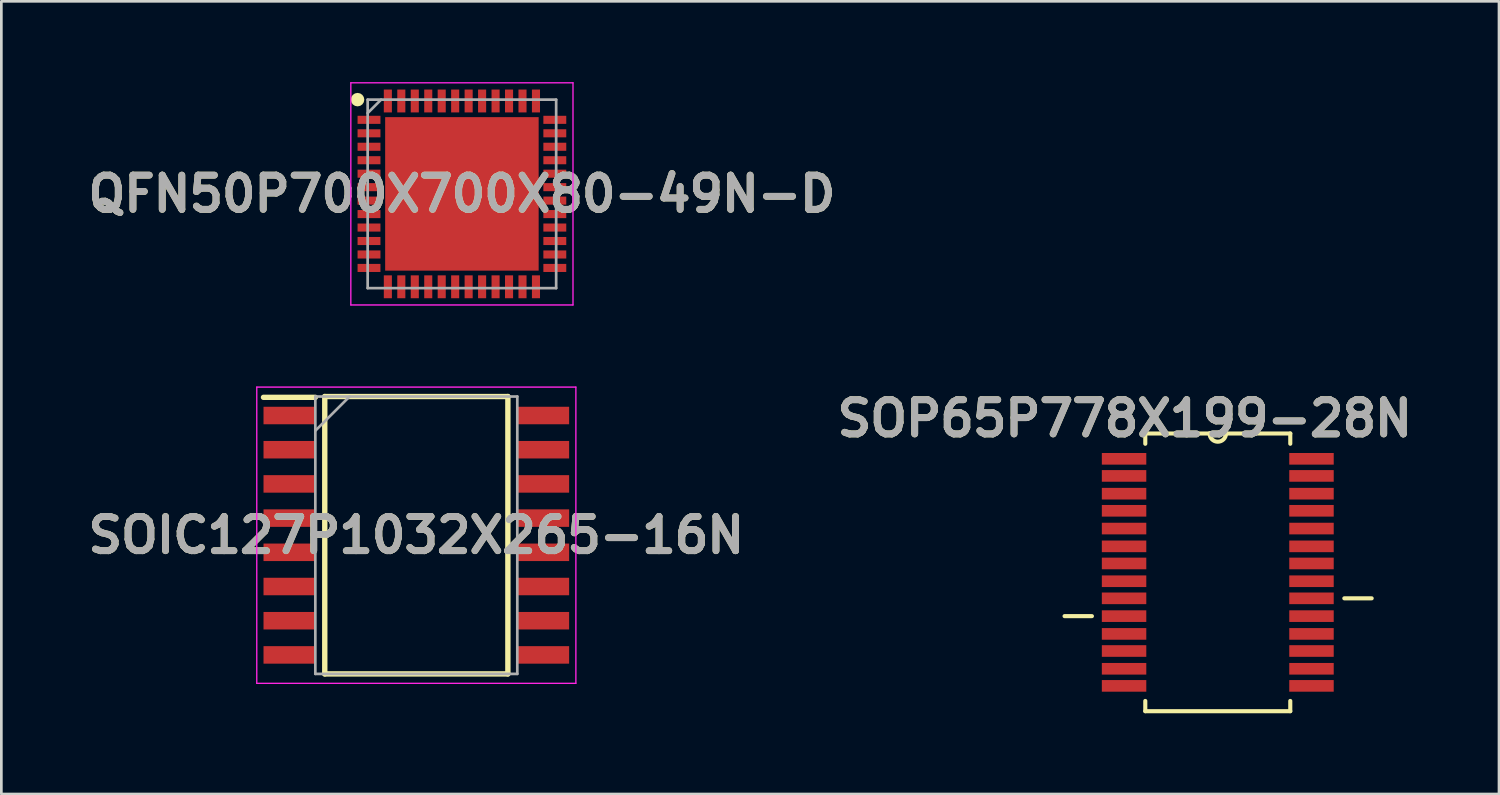
<source format=kicad_pcb>
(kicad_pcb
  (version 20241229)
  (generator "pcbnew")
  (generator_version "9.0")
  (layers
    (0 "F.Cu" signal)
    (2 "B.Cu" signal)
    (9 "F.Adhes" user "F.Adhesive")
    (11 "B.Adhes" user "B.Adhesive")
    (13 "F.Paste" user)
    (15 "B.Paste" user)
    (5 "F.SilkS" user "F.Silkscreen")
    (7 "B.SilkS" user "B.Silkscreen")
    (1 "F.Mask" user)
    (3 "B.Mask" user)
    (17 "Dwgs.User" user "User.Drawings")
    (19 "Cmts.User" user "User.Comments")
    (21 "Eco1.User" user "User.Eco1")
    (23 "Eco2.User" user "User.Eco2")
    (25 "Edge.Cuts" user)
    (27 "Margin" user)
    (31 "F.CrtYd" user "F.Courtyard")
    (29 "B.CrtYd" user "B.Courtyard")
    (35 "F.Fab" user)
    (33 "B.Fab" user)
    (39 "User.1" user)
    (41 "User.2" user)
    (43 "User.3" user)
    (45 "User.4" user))
  (footprint "SOIC127P1032X265-16N"
    (layer "F.Cu")
    (at 12.41 16.825)
    (property "Reference" "SOIC127P1032X265-16N" (at 0 0 0) (layer "F.SilkS") (effects (font (size 1.27 1.27) (thickness 0.254))))
    (attr smd)
    (fp_line (start -5.675 -5.12) (end -3.75 -5.12) (stroke (width 0.2) (type solid)) (layer "F.SilkS"))
    (fp_line (start -3.4 -5.15) (end 3.4 -5.15) (stroke (width 0.2) (type solid)) (layer "F.SilkS"))
    (fp_line (start -3.4 5.15) (end -3.4 -5.15) (stroke (width 0.2) (type solid)) (layer "F.SilkS"))
    (fp_line (start 3.4 -5.15) (end 3.4 5.15) (stroke (width 0.2) (type solid)) (layer "F.SilkS"))
    (fp_line (start 3.4 5.15) (end -3.4 5.15) (stroke (width 0.2) (type solid)) (layer "F.SilkS"))
    (fp_line (start -5.925 -5.5) (end 5.925 -5.5) (stroke (width 0.05) (type solid)) (layer "F.CrtYd"))
    (fp_line (start -5.925 5.5) (end -5.925 -5.5) (stroke (width 0.05) (type solid)) (layer "F.CrtYd"))
    (fp_line (start 5.925 -5.5) (end 5.925 5.5) (stroke (width 0.05) (type solid)) (layer "F.CrtYd"))
    (fp_line (start 5.925 5.5) (end -5.925 5.5) (stroke (width 0.05) (type solid)) (layer "F.CrtYd"))
    (fp_line (start -3.75 -5.15) (end 3.75 -5.15) (stroke (width 0.1) (type solid)) (layer "F.Fab"))
    (fp_line (start -3.75 -3.88) (end -2.48 -5.15) (stroke (width 0.1) (type solid)) (layer "F.Fab"))
    (fp_line (start -3.75 5.15) (end -3.75 -5.15) (stroke (width 0.1) (type solid)) (layer "F.Fab"))
    (fp_line (start 3.75 -5.15) (end 3.75 5.15) (stroke (width 0.1) (type solid)) (layer "F.Fab"))
    (fp_line (start 3.75 5.15) (end -3.75 5.15) (stroke (width 0.1) (type solid)) (layer "F.Fab"))
    (fp_text user "${REFERENCE}" (at 0 0 0) (layer "F.Fab") (effects (font (size 1.27 1.27) (thickness 0.254))))
    (pad "1" smd rect (at -4.712 -4.445 90) (size 0.65 1.925) (layers "F.Cu" "F.Mask" "F.Paste"))
    (pad "2" smd rect (at -4.712 -3.175 90) (size 0.65 1.925) (layers "F.Cu" "F.Mask" "F.Paste"))
    (pad "3" smd rect (at -4.712 -1.905 90) (size 0.65 1.925) (layers "F.Cu" "F.Mask" "F.Paste"))
    (pad "4" smd rect (at -4.712 -0.635 90) (size 0.65 1.925) (layers "F.Cu" "F.Mask" "F.Paste"))
    (pad "5" smd rect (at -4.712 0.635 90) (size 0.65 1.925) (layers "F.Cu" "F.Mask" "F.Paste"))
    (pad "6" smd rect (at -4.712 1.905 90) (size 0.65 1.925) (layers "F.Cu" "F.Mask" "F.Paste"))
    (pad "7" smd rect (at -4.712 3.175 90) (size 0.65 1.925) (layers "F.Cu" "F.Mask" "F.Paste"))
    (pad "8" smd rect (at -4.712 4.445 90) (size 0.65 1.925) (layers "F.Cu" "F.Mask" "F.Paste"))
    (pad "9" smd rect (at 4.712 4.445 90) (size 0.65 1.925) (layers "F.Cu" "F.Mask" "F.Paste"))
    (pad "10" smd rect (at 4.712 3.175 90) (size 0.65 1.925) (layers "F.Cu" "F.Mask" "F.Paste"))
    (pad "11" smd rect (at 4.712 1.905 90) (size 0.65 1.925) (layers "F.Cu" "F.Mask" "F.Paste"))
    (pad "12" smd rect (at 4.712 0.635 90) (size 0.65 1.925) (layers "F.Cu" "F.Mask" "F.Paste"))
    (pad "13" smd rect (at 4.712 -0.635 90) (size 0.65 1.925) (layers "F.Cu" "F.Mask" "F.Paste"))
    (pad "14" smd rect (at 4.712 -1.905 90) (size 0.65 1.925) (layers "F.Cu" "F.Mask" "F.Paste"))
    (pad "15" smd rect (at 4.712 -3.175 90) (size 0.65 1.925) (layers "F.Cu" "F.Mask" "F.Paste"))
    (pad "16" smd rect (at 4.712 -4.445 90) (size 0.65 1.925) (layers "F.Cu" "F.Mask" "F.Paste")))
  (footprint "QFN50P700X700X80-49N-D"
    (layer "F.Cu")
    (at 14.103 4.15)
    (property "Reference" "QFN50P700X700X80-49N-D" (at 0 0 0) (layer "F.SilkS") (effects (font (size 1.27 1.27) (thickness 0.254))))
    (attr smd)
    (fp_circle (center -3.875 -3.5) (end -3.875 -3.375) (stroke (width 0.25) (type solid)) (fill no) (layer "F.SilkS"))
    (fp_line (start -4.125 -4.125) (end 4.125 -4.125) (stroke (width 0.05) (type solid)) (layer "F.CrtYd"))
    (fp_line (start -4.125 4.125) (end -4.125 -4.125) (stroke (width 0.05) (type solid)) (layer "F.CrtYd"))
    (fp_line (start 4.125 -4.125) (end 4.125 4.125) (stroke (width 0.05) (type solid)) (layer "F.CrtYd"))
    (fp_line (start 4.125 4.125) (end -4.125 4.125) (stroke (width 0.05) (type solid)) (layer "F.CrtYd"))
    (fp_line (start -3.5 -3.5) (end 3.5 -3.5) (stroke (width 0.1) (type solid)) (layer "F.Fab"))
    (fp_line (start -3.5 -3) (end -3 -3.5) (stroke (width 0.1) (type solid)) (layer "F.Fab"))
    (fp_line (start -3.5 3.5) (end -3.5 -3.5) (stroke (width 0.1) (type solid)) (layer "F.Fab"))
    (fp_line (start 3.5 -3.5) (end 3.5 3.5) (stroke (width 0.1) (type solid)) (layer "F.Fab"))
    (fp_line (start 3.5 3.5) (end -3.5 3.5) (stroke (width 0.1) (type solid)) (layer "F.Fab"))
    (fp_text user "${REFERENCE}" (at 0 0 0) (layer "F.Fab") (effects (font (size 1.27 1.27) (thickness 0.254))))
    (pad "1" smd rect (at -3.45 -2.75 90) (size 0.3 0.85) (layers "F.Cu" "F.Mask" "F.Paste"))
    (pad "2" smd rect (at -3.45 -2.25 90) (size 0.3 0.85) (layers "F.Cu" "F.Mask" "F.Paste"))
    (pad "3" smd rect (at -3.45 -1.75 90) (size 0.3 0.85) (layers "F.Cu" "F.Mask" "F.Paste"))
    (pad "4" smd rect (at -3.45 -1.25 90) (size 0.3 0.85) (layers "F.Cu" "F.Mask" "F.Paste"))
    (pad "5" smd rect (at -3.45 -0.75 90) (size 0.3 0.85) (layers "F.Cu" "F.Mask" "F.Paste"))
    (pad "6" smd rect (at -3.45 -0.25 90) (size 0.3 0.85) (layers "F.Cu" "F.Mask" "F.Paste"))
    (pad "7" smd rect (at -3.45 0.25 90) (size 0.3 0.85) (layers "F.Cu" "F.Mask" "F.Paste"))
    (pad "8" smd rect (at -3.45 0.75 90) (size 0.3 0.85) (layers "F.Cu" "F.Mask" "F.Paste"))
    (pad "9" smd rect (at -3.45 1.25 90) (size 0.3 0.85) (layers "F.Cu" "F.Mask" "F.Paste"))
    (pad "10" smd rect (at -3.45 1.75 90) (size 0.3 0.85) (layers "F.Cu" "F.Mask" "F.Paste"))
    (pad "11" smd rect (at -3.45 2.25 90) (size 0.3 0.85) (layers "F.Cu" "F.Mask" "F.Paste"))
    (pad "12" smd rect (at -3.45 2.75 90) (size 0.3 0.85) (layers "F.Cu" "F.Mask" "F.Paste"))
    (pad "13" smd rect (at -2.75 3.45) (size 0.3 0.85) (layers "F.Cu" "F.Mask" "F.Paste"))
    (pad "14" smd rect (at -2.25 3.45) (size 0.3 0.85) (layers "F.Cu" "F.Mask" "F.Paste"))
    (pad "15" smd rect (at -1.75 3.45) (size 0.3 0.85) (layers "F.Cu" "F.Mask" "F.Paste"))
    (pad "16" smd rect (at -1.25 3.45) (size 0.3 0.85) (layers "F.Cu" "F.Mask" "F.Paste"))
    (pad "17" smd rect (at -0.75 3.45) (size 0.3 0.85) (layers "F.Cu" "F.Mask" "F.Paste"))
    (pad "18" smd rect (at -0.25 3.45) (size 0.3 0.85) (layers "F.Cu" "F.Mask" "F.Paste"))
    (pad "19" smd rect (at 0.25 3.45) (size 0.3 0.85) (layers "F.Cu" "F.Mask" "F.Paste"))
    (pad "20" smd rect (at 0.75 3.45) (size 0.3 0.85) (layers "F.Cu" "F.Mask" "F.Paste"))
    (pad "21" smd rect (at 1.25 3.45) (size 0.3 0.85) (layers "F.Cu" "F.Mask" "F.Paste"))
    (pad "22" smd rect (at 1.75 3.45) (size 0.3 0.85) (layers "F.Cu" "F.Mask" "F.Paste"))
    (pad "23" smd rect (at 2.25 3.45) (size 0.3 0.85) (layers "F.Cu" "F.Mask" "F.Paste"))
    (pad "24" smd rect (at 2.75 3.45) (size 0.3 0.85) (layers "F.Cu" "F.Mask" "F.Paste"))
    (pad "25" smd rect (at 3.45 2.75 90) (size 0.3 0.85) (layers "F.Cu" "F.Mask" "F.Paste"))
    (pad "26" smd rect (at 3.45 2.25 90) (size 0.3 0.85) (layers "F.Cu" "F.Mask" "F.Paste"))
    (pad "27" smd rect (at 3.45 1.75 90) (size 0.3 0.85) (layers "F.Cu" "F.Mask" "F.Paste"))
    (pad "28" smd rect (at 3.45 1.25 90) (size 0.3 0.85) (layers "F.Cu" "F.Mask" "F.Paste"))
    (pad "29" smd rect (at 3.45 0.75 90) (size 0.3 0.85) (layers "F.Cu" "F.Mask" "F.Paste"))
    (pad "30" smd rect (at 3.45 0.25 90) (size 0.3 0.85) (layers "F.Cu" "F.Mask" "F.Paste"))
    (pad "31" smd rect (at 3.45 -0.25 90) (size 0.3 0.85) (layers "F.Cu" "F.Mask" "F.Paste"))
    (pad "32" smd rect (at 3.45 -0.75 90) (size 0.3 0.85) (layers "F.Cu" "F.Mask" "F.Paste"))
    (pad "33" smd rect (at 3.45 -1.25 90) (size 0.3 0.85) (layers "F.Cu" "F.Mask" "F.Paste"))
    (pad "34" smd rect (at 3.45 -1.75 90) (size 0.3 0.85) (layers "F.Cu" "F.Mask" "F.Paste"))
    (pad "35" smd rect (at 3.45 -2.25 90) (size 0.3 0.85) (layers "F.Cu" "F.Mask" "F.Paste"))
    (pad "36" smd rect (at 3.45 -2.75 90) (size 0.3 0.85) (layers "F.Cu" "F.Mask" "F.Paste"))
    (pad "37" smd rect (at 2.75 -3.45) (size 0.3 0.85) (layers "F.Cu" "F.Mask" "F.Paste"))
    (pad "38" smd rect (at 2.25 -3.45) (size 0.3 0.85) (layers "F.Cu" "F.Mask" "F.Paste"))
    (pad "39" smd rect (at 1.75 -3.45) (size 0.3 0.85) (layers "F.Cu" "F.Mask" "F.Paste"))
    (pad "40" smd rect (at 1.25 -3.45) (size 0.3 0.85) (layers "F.Cu" "F.Mask" "F.Paste"))
    (pad "41" smd rect (at 0.75 -3.45) (size 0.3 0.85) (layers "F.Cu" "F.Mask" "F.Paste"))
    (pad "42" smd rect (at 0.25 -3.45) (size 0.3 0.85) (layers "F.Cu" "F.Mask" "F.Paste"))
    (pad "43" smd rect (at -0.25 -3.45) (size 0.3 0.85) (layers "F.Cu" "F.Mask" "F.Paste"))
    (pad "44" smd rect (at -0.75 -3.45) (size 0.3 0.85) (layers "F.Cu" "F.Mask" "F.Paste"))
    (pad "45" smd rect (at -1.25 -3.45) (size 0.3 0.85) (layers "F.Cu" "F.Mask" "F.Paste"))
    (pad "46" smd rect (at -1.75 -3.45) (size 0.3 0.85) (layers "F.Cu" "F.Mask" "F.Paste"))
    (pad "47" smd rect (at -2.25 -3.45) (size 0.3 0.85) (layers "F.Cu" "F.Mask" "F.Paste"))
    (pad "48" smd rect (at -2.75 -3.45) (size 0.3 0.85) (layers "F.Cu" "F.Mask" "F.Paste"))
    (pad "49" smd rect (at 0 0) (size 5.7 5.7) (layers "F.Cu" "F.Mask" "F.Paste")))
  (footprint "SOP65P778X199-28N"
    (layer "F.Cu")
    (at 42.172 18.204)
    (property "Reference" "SOP65P778X199-28N" (at -3.454 -5.715 0) (layer "F.SilkS") (effects (font (size 1.27 1.27) (thickness 0.254))))
    (attr smd)
    (fp_line (start -5.69 1.626) (end -4.674 1.626) (stroke (width 0.152) (type solid)) (layer "F.SilkS"))
    (fp_line (start -2.692 -5.156) (end -2.692 -4.775) (stroke (width 0.152) (type solid)) (layer "F.SilkS"))
    (fp_line (start -2.692 4.775) (end -2.692 5.156) (stroke (width 0.152) (type solid)) (layer "F.SilkS"))
    (fp_line (start -2.692 5.156) (end 2.692 5.156) (stroke (width 0.152) (type solid)) (layer "F.SilkS"))
    (fp_line (start -0.305 -5.156) (end -2.692 -5.156) (stroke (width 0.152) (type solid)) (layer "F.SilkS"))
    (fp_line (start 0.305 -5.156) (end -0.305 -5.156) (stroke (width 0.152) (type solid)) (layer "F.SilkS"))
    (fp_line (start 2.692 -5.156) (end 0.305 -5.156) (stroke (width 0.152) (type solid)) (layer "F.SilkS"))
    (fp_line (start 2.692 -4.775) (end 2.692 -5.156) (stroke (width 0.152) (type solid)) (layer "F.SilkS"))
    (fp_line (start 2.692 5.156) (end 2.692 4.775) (stroke (width 0.152) (type solid)) (layer "F.SilkS"))
    (fp_line (start 4.699 0.965) (end 5.715 0.965) (stroke (width 0.152) (type solid)) (layer "F.SilkS"))
    (fp_arc (start 0.3048 -5.1562) (mid 0 -4.8514) (end -0.3048 -5.1562) (stroke (width 0.1524) (type solid)) (layer "F.SilkS"))
    (fp_text user "${REFERENCE}" (at -3.454 -5.715 0) (layer "F.Fab") (effects (font (size 1.27 1.27) (thickness 0.254))))
    (pad "1" smd rect (at -3.48 -4.216 90) (size 0.432 1.651) (layers "F.Cu" "F.Mask" "F.Paste"))
    (pad "2" smd rect (at -3.48 -3.581 90) (size 0.432 1.651) (layers "F.Cu" "F.Mask" "F.Paste"))
    (pad "3" smd rect (at -3.48 -2.921 90) (size 0.432 1.651) (layers "F.Cu" "F.Mask" "F.Paste"))
    (pad "4" smd rect (at -3.48 -2.286 90) (size 0.432 1.651) (layers "F.Cu" "F.Mask" "F.Paste"))
    (pad "5" smd rect (at -3.48 -1.626 90) (size 0.432 1.651) (layers "F.Cu" "F.Mask" "F.Paste"))
    (pad "6" smd rect (at -3.48 -0.965 90) (size 0.432 1.651) (layers "F.Cu" "F.Mask" "F.Paste"))
    (pad "7" smd rect (at -3.48 -0.33 90) (size 0.432 1.651) (layers "F.Cu" "F.Mask" "F.Paste"))
    (pad "8" smd rect (at -3.48 0.33 90) (size 0.432 1.651) (layers "F.Cu" "F.Mask" "F.Paste"))
    (pad "9" smd rect (at -3.48 0.965 90) (size 0.432 1.651) (layers "F.Cu" "F.Mask" "F.Paste"))
    (pad "10" smd rect (at -3.48 1.626 90) (size 0.432 1.651) (layers "F.Cu" "F.Mask" "F.Paste"))
    (pad "11" smd rect (at -3.48 2.286 90) (size 0.432 1.651) (layers "F.Cu" "F.Mask" "F.Paste"))
    (pad "12" smd rect (at -3.48 2.921 90) (size 0.432 1.651) (layers "F.Cu" "F.Mask" "F.Paste"))
    (pad "13" smd rect (at -3.48 3.581 90) (size 0.432 1.651) (layers "F.Cu" "F.Mask" "F.Paste"))
    (pad "14" smd rect (at -3.48 4.216 90) (size 0.432 1.651) (layers "F.Cu" "F.Mask" "F.Paste"))
    (pad "15" smd rect (at 3.48 4.216 90) (size 0.432 1.651) (layers "F.Cu" "F.Mask" "F.Paste"))
    (pad "16" smd rect (at 3.48 3.581 90) (size 0.432 1.651) (layers "F.Cu" "F.Mask" "F.Paste"))
    (pad "17" smd rect (at 3.48 2.921 90) (size 0.432 1.651) (layers "F.Cu" "F.Mask" "F.Paste"))
    (pad "18" smd rect (at 3.48 2.286 90) (size 0.432 1.651) (layers "F.Cu" "F.Mask" "F.Paste"))
    (pad "19" smd rect (at 3.48 1.626 90) (size 0.432 1.651) (layers "F.Cu" "F.Mask" "F.Paste"))
    (pad "20" smd rect (at 3.48 0.965 90) (size 0.432 1.651) (layers "F.Cu" "F.Mask" "F.Paste"))
    (pad "21" smd rect (at 3.48 0.33 90) (size 0.432 1.651) (layers "F.Cu" "F.Mask" "F.Paste"))
    (pad "22" smd rect (at 3.48 -0.33 90) (size 0.432 1.651) (layers "F.Cu" "F.Mask" "F.Paste"))
    (pad "23" smd rect (at 3.48 -0.965 90) (size 0.432 1.651) (layers "F.Cu" "F.Mask" "F.Paste"))
    (pad "24" smd rect (at 3.48 -1.626 90) (size 0.432 1.651) (layers "F.Cu" "F.Mask" "F.Paste"))
    (pad "25" smd rect (at 3.48 -2.286 90) (size 0.432 1.651) (layers "F.Cu" "F.Mask" "F.Paste"))
    (pad "26" smd rect (at 3.48 -2.921 90) (size 0.432 1.651) (layers "F.Cu" "F.Mask" "F.Paste"))
    (pad "27" smd rect (at 3.48 -3.581 90) (size 0.432 1.651) (layers "F.Cu" "F.Mask" "F.Paste"))
    (pad "28" smd rect (at 3.48 -4.216 90) (size 0.432 1.651) (layers "F.Cu" "F.Mask" "F.Paste")))
  (gr_rect
    (start -3 -3)
    (end 52.615 26.436)
    (stroke (width 0.1) (type default))
    (fill no)
    (layer "Edge.Cuts")))
</source>
